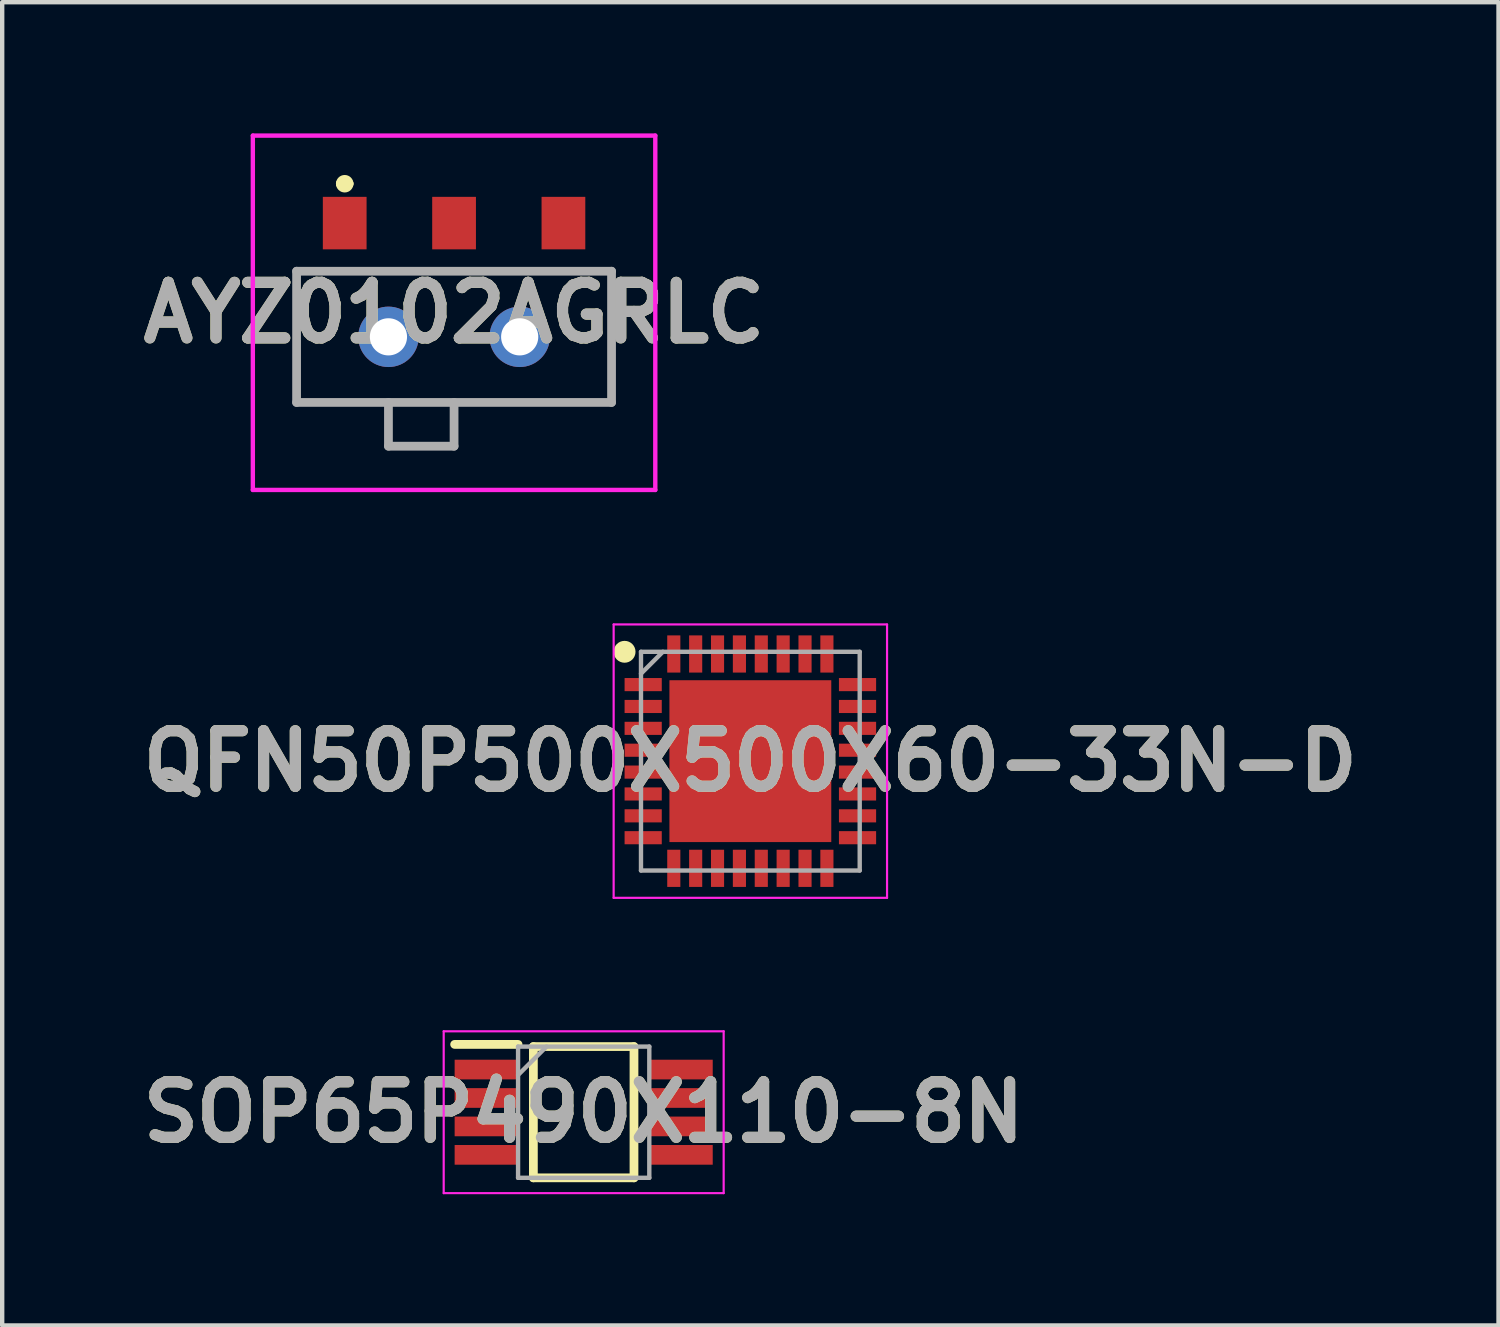
<source format=kicad_pcb>
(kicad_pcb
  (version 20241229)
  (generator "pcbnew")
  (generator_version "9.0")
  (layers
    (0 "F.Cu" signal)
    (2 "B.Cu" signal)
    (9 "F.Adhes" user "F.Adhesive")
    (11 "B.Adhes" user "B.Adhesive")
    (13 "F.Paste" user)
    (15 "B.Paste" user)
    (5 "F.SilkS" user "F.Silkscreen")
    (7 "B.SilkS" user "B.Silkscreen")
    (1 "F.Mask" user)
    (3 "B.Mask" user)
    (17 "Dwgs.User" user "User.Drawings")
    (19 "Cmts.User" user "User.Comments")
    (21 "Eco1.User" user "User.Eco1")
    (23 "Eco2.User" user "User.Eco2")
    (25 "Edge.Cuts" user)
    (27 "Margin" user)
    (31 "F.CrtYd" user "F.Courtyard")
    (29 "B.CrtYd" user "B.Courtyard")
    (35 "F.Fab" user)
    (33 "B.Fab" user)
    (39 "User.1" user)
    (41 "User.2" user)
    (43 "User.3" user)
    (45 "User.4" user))
  (footprint "SOP65P490X110-8N"
    (layer "F.Cu")
    (at 10.293 22.375)
    (property "Reference" "SOP65P490X110-8N" (at 0 0 0) (layer "F.SilkS") (effects (font (size 1.27 1.27) (thickness 0.254))))
    (attr smd)
    (fp_line (start -2.95 -1.55) (end -1.5 -1.55) (stroke (width 0.2) (type solid)) (layer "F.SilkS"))
    (fp_line (start -1.15 -1.5) (end 1.15 -1.5) (stroke (width 0.2) (type solid)) (layer "F.SilkS"))
    (fp_line (start -1.15 1.5) (end -1.15 -1.5) (stroke (width 0.2) (type solid)) (layer "F.SilkS"))
    (fp_line (start 1.15 -1.5) (end 1.15 1.5) (stroke (width 0.2) (type solid)) (layer "F.SilkS"))
    (fp_line (start 1.15 1.5) (end -1.15 1.5) (stroke (width 0.2) (type solid)) (layer "F.SilkS"))
    (fp_line (start -3.2 -1.85) (end 3.2 -1.85) (stroke (width 0.05) (type solid)) (layer "F.CrtYd"))
    (fp_line (start -3.2 1.85) (end -3.2 -1.85) (stroke (width 0.05) (type solid)) (layer "F.CrtYd"))
    (fp_line (start 3.2 -1.85) (end 3.2 1.85) (stroke (width 0.05) (type solid)) (layer "F.CrtYd"))
    (fp_line (start 3.2 1.85) (end -3.2 1.85) (stroke (width 0.05) (type solid)) (layer "F.CrtYd"))
    (fp_line (start -1.5 -1.5) (end 1.5 -1.5) (stroke (width 0.1) (type solid)) (layer "F.Fab"))
    (fp_line (start -1.5 -0.85) (end -0.85 -1.5) (stroke (width 0.1) (type solid)) (layer "F.Fab"))
    (fp_line (start -1.5 1.5) (end -1.5 -1.5) (stroke (width 0.1) (type solid)) (layer "F.Fab"))
    (fp_line (start 1.5 -1.5) (end 1.5 1.5) (stroke (width 0.1) (type solid)) (layer "F.Fab"))
    (fp_line (start 1.5 1.5) (end -1.5 1.5) (stroke (width 0.1) (type solid)) (layer "F.Fab"))
    (fp_text user "${REFERENCE}" (at 0 0 0) (layer "F.Fab") (effects (font (size 1.27 1.27) (thickness 0.254))))
    (pad "1" smd rect (at -2.225 -0.975 90) (size 0.45 1.45) (layers "F.Cu" "F.Mask" "F.Paste"))
    (pad "2" smd rect (at -2.225 -0.325 90) (size 0.45 1.45) (layers "F.Cu" "F.Mask" "F.Paste"))
    (pad "3" smd rect (at -2.225 0.325 90) (size 0.45 1.45) (layers "F.Cu" "F.Mask" "F.Paste"))
    (pad "4" smd rect (at -2.225 0.975 90) (size 0.45 1.45) (layers "F.Cu" "F.Mask" "F.Paste"))
    (pad "5" smd rect (at 2.225 0.975 90) (size 0.45 1.45) (layers "F.Cu" "F.Mask" "F.Paste"))
    (pad "6" smd rect (at 2.225 0.325 90) (size 0.45 1.45) (layers "F.Cu" "F.Mask" "F.Paste"))
    (pad "7" smd rect (at 2.225 -0.325 90) (size 0.45 1.45) (layers "F.Cu" "F.Mask" "F.Paste"))
    (pad "8" smd rect (at 2.225 -0.975 90) (size 0.45 1.45) (layers "F.Cu" "F.Mask" "F.Paste")))
  (footprint "AYZ0102AGRLC"
    (layer "F.Cu")
    (at 7.33 4.1)
    (property "Reference" "AYZ0102AGRLC" (at 0 0 0) (layer "F.SilkS") (effects (font (size 1.27 1.27) (thickness 0.254))))
    (attr through_hole)
    (fp_line (start -3.6 -0.95) (end 3.6 -0.95) (stroke (width 0.1) (type solid)) (layer "F.SilkS"))
    (fp_line (start -3.6 2.05) (end -3.6 -0.95) (stroke (width 0.1) (type solid)) (layer "F.SilkS"))
    (fp_line (start -2.6 -2.95) (end -2.6 -2.95) (stroke (width 0.2) (type solid)) (layer "F.SilkS"))
    (fp_line (start -2.4 -2.95) (end -2.4 -2.95) (stroke (width 0.2) (type solid)) (layer "F.SilkS"))
    (fp_line (start -1.5 2.05) (end -1.5 3.05) (stroke (width 0.1) (type solid)) (layer "F.SilkS"))
    (fp_line (start -1.5 3.05) (end 0 3.05) (stroke (width 0.1) (type solid)) (layer "F.SilkS"))
    (fp_line (start 0 3.05) (end 0 2.05) (stroke (width 0.1) (type solid)) (layer "F.SilkS"))
    (fp_line (start 3.6 -0.95) (end 3.6 2.05) (stroke (width 0.1) (type solid)) (layer "F.SilkS"))
    (fp_line (start 3.6 2.05) (end -3.6 2.05) (stroke (width 0.1) (type solid)) (layer "F.SilkS"))
    (fp_arc (start -2.6 -2.95) (mid -2.5 -3.05) (end -2.4 -2.95) (stroke (width 0.2) (type solid)) (layer "F.SilkS"))
    (fp_arc (start -2.4 -2.95) (mid -2.5 -2.85) (end -2.6 -2.95) (stroke (width 0.2) (type solid)) (layer "F.SilkS"))
    (fp_line (start -4.6 -4.05) (end 4.6 -4.05) (stroke (width 0.1) (type solid)) (layer "F.CrtYd"))
    (fp_line (start -4.6 4.05) (end -4.6 -4.05) (stroke (width 0.1) (type solid)) (layer "F.CrtYd"))
    (fp_line (start 4.6 -4.05) (end 4.6 4.05) (stroke (width 0.1) (type solid)) (layer "F.CrtYd"))
    (fp_line (start 4.6 4.05) (end -4.6 4.05) (stroke (width 0.1) (type solid)) (layer "F.CrtYd"))
    (fp_line (start -3.6 -0.95) (end 3.6 -0.95) (stroke (width 0.2) (type solid)) (layer "F.Fab"))
    (fp_line (start -3.6 2.05) (end -3.6 -0.95) (stroke (width 0.2) (type solid)) (layer "F.Fab"))
    (fp_line (start -1.5 3.05) (end -1.5 2.05) (stroke (width 0.2) (type solid)) (layer "F.Fab"))
    (fp_line (start 0 2.05) (end 0 3.05) (stroke (width 0.2) (type solid)) (layer "F.Fab"))
    (fp_line (start 0 3.05) (end -1.5 3.05) (stroke (width 0.2) (type solid)) (layer "F.Fab"))
    (fp_line (start 3.6 -0.95) (end 3.6 2.05) (stroke (width 0.2) (type solid)) (layer "F.Fab"))
    (fp_line (start 3.6 2.05) (end -3.6 2.05) (stroke (width 0.2) (type solid)) (layer "F.Fab"))
    (fp_text user "${REFERENCE}" (at 0 0 0) (layer "F.Fab") (effects (font (size 1.27 1.27) (thickness 0.254))))
    (pad "1" smd rect (at -2.5 -2.05) (size 1 1.2) (layers "F.Cu" "F.Mask" "F.Paste"))
    (pad "2" smd rect (at 0 -2.05) (size 1 1.2) (layers "F.Cu" "F.Mask" "F.Paste"))
    (pad "3" smd rect (at 2.5 -2.05) (size 1 1.2) (layers "F.Cu" "F.Mask" "F.Paste"))
    (pad "4" thru_hole circle (at -1.5 0.55) (size 1.381 1.381) (drill 0.85) (layers "*.Cu" "*.Mask"))
    (pad "5" thru_hole circle (at 1.5 0.55) (size 1.381 1.381) (drill 0.85) (layers "*.Cu" "*.Mask")))
  (footprint "QFN50P500X500X60-33N-D"
    (layer "F.Cu")
    (at 14.103 14.35)
    (property "Reference" "QFN50P500X500X60-33N-D" (at 0 0 0) (layer "F.SilkS") (effects (font (size 1.27 1.27) (thickness 0.254))))
    (attr smd)
    (fp_circle (center -2.875 -2.5) (end -2.875 -2.375) (stroke (width 0.25) (type solid)) (fill no) (layer "F.SilkS"))
    (fp_line (start -3.125 -3.125) (end 3.125 -3.125) (stroke (width 0.05) (type solid)) (layer "F.CrtYd"))
    (fp_line (start -3.125 3.125) (end -3.125 -3.125) (stroke (width 0.05) (type solid)) (layer "F.CrtYd"))
    (fp_line (start 3.125 -3.125) (end 3.125 3.125) (stroke (width 0.05) (type solid)) (layer "F.CrtYd"))
    (fp_line (start 3.125 3.125) (end -3.125 3.125) (stroke (width 0.05) (type solid)) (layer "F.CrtYd"))
    (fp_line (start -2.5 -2.5) (end 2.5 -2.5) (stroke (width 0.1) (type solid)) (layer "F.Fab"))
    (fp_line (start -2.5 -2) (end -2 -2.5) (stroke (width 0.1) (type solid)) (layer "F.Fab"))
    (fp_line (start -2.5 2.5) (end -2.5 -2.5) (stroke (width 0.1) (type solid)) (layer "F.Fab"))
    (fp_line (start 2.5 -2.5) (end 2.5 2.5) (stroke (width 0.1) (type solid)) (layer "F.Fab"))
    (fp_line (start 2.5 2.5) (end -2.5 2.5) (stroke (width 0.1) (type solid)) (layer "F.Fab"))
    (fp_text user "${REFERENCE}" (at 0 0 0) (layer "F.Fab") (effects (font (size 1.27 1.27) (thickness 0.254))))
    (pad "1" smd rect (at -2.45 -1.75 90) (size 0.3 0.85) (layers "F.Cu" "F.Mask" "F.Paste"))
    (pad "2" smd rect (at -2.45 -1.25 90) (size 0.3 0.85) (layers "F.Cu" "F.Mask" "F.Paste"))
    (pad "3" smd rect (at -2.45 -0.75 90) (size 0.3 0.85) (layers "F.Cu" "F.Mask" "F.Paste"))
    (pad "4" smd rect (at -2.45 -0.25 90) (size 0.3 0.85) (layers "F.Cu" "F.Mask" "F.Paste"))
    (pad "5" smd rect (at -2.45 0.25 90) (size 0.3 0.85) (layers "F.Cu" "F.Mask" "F.Paste"))
    (pad "6" smd rect (at -2.45 0.75 90) (size 0.3 0.85) (layers "F.Cu" "F.Mask" "F.Paste"))
    (pad "7" smd rect (at -2.45 1.25 90) (size 0.3 0.85) (layers "F.Cu" "F.Mask" "F.Paste"))
    (pad "8" smd rect (at -2.45 1.75 90) (size 0.3 0.85) (layers "F.Cu" "F.Mask" "F.Paste"))
    (pad "9" smd rect (at -1.75 2.45) (size 0.3 0.85) (layers "F.Cu" "F.Mask" "F.Paste"))
    (pad "10" smd rect (at -1.25 2.45) (size 0.3 0.85) (layers "F.Cu" "F.Mask" "F.Paste"))
    (pad "11" smd rect (at -0.75 2.45) (size 0.3 0.85) (layers "F.Cu" "F.Mask" "F.Paste"))
    (pad "12" smd rect (at -0.25 2.45) (size 0.3 0.85) (layers "F.Cu" "F.Mask" "F.Paste"))
    (pad "13" smd rect (at 0.25 2.45) (size 0.3 0.85) (layers "F.Cu" "F.Mask" "F.Paste"))
    (pad "14" smd rect (at 0.75 2.45) (size 0.3 0.85) (layers "F.Cu" "F.Mask" "F.Paste"))
    (pad "15" smd rect (at 1.25 2.45) (size 0.3 0.85) (layers "F.Cu" "F.Mask" "F.Paste"))
    (pad "16" smd rect (at 1.75 2.45) (size 0.3 0.85) (layers "F.Cu" "F.Mask" "F.Paste"))
    (pad "17" smd rect (at 2.45 1.75 90) (size 0.3 0.85) (layers "F.Cu" "F.Mask" "F.Paste"))
    (pad "18" smd rect (at 2.45 1.25 90) (size 0.3 0.85) (layers "F.Cu" "F.Mask" "F.Paste"))
    (pad "19" smd rect (at 2.45 0.75 90) (size 0.3 0.85) (layers "F.Cu" "F.Mask" "F.Paste"))
    (pad "20" smd rect (at 2.45 0.25 90) (size 0.3 0.85) (layers "F.Cu" "F.Mask" "F.Paste"))
    (pad "21" smd rect (at 2.45 -0.25 90) (size 0.3 0.85) (layers "F.Cu" "F.Mask" "F.Paste"))
    (pad "22" smd rect (at 2.45 -0.75 90) (size 0.3 0.85) (layers "F.Cu" "F.Mask" "F.Paste"))
    (pad "23" smd rect (at 2.45 -1.25 90) (size 0.3 0.85) (layers "F.Cu" "F.Mask" "F.Paste"))
    (pad "24" smd rect (at 2.45 -1.75 90) (size 0.3 0.85) (layers "F.Cu" "F.Mask" "F.Paste"))
    (pad "25" smd rect (at 1.75 -2.45) (size 0.3 0.85) (layers "F.Cu" "F.Mask" "F.Paste"))
    (pad "26" smd rect (at 1.25 -2.45) (size 0.3 0.85) (layers "F.Cu" "F.Mask" "F.Paste"))
    (pad "27" smd rect (at 0.75 -2.45) (size 0.3 0.85) (layers "F.Cu" "F.Mask" "F.Paste"))
    (pad "28" smd rect (at 0.25 -2.45) (size 0.3 0.85) (layers "F.Cu" "F.Mask" "F.Paste"))
    (pad "29" smd rect (at -0.25 -2.45) (size 0.3 0.85) (layers "F.Cu" "F.Mask" "F.Paste"))
    (pad "30" smd rect (at -0.75 -2.45) (size 0.3 0.85) (layers "F.Cu" "F.Mask" "F.Paste"))
    (pad "31" smd rect (at -1.25 -2.45) (size 0.3 0.85) (layers "F.Cu" "F.Mask" "F.Paste"))
    (pad "32" smd rect (at -1.75 -2.45) (size 0.3 0.85) (layers "F.Cu" "F.Mask" "F.Paste"))
    (pad "33" smd rect (at 0 0) (size 3.7 3.7) (layers "F.Cu" "F.Mask" "F.Paste")))
  (gr_rect
    (start -3 -3)
    (end 31.206 27.25)
    (stroke (width 0.1) (type default))
    (fill no)
    (layer "Edge.Cuts")))
</source>
